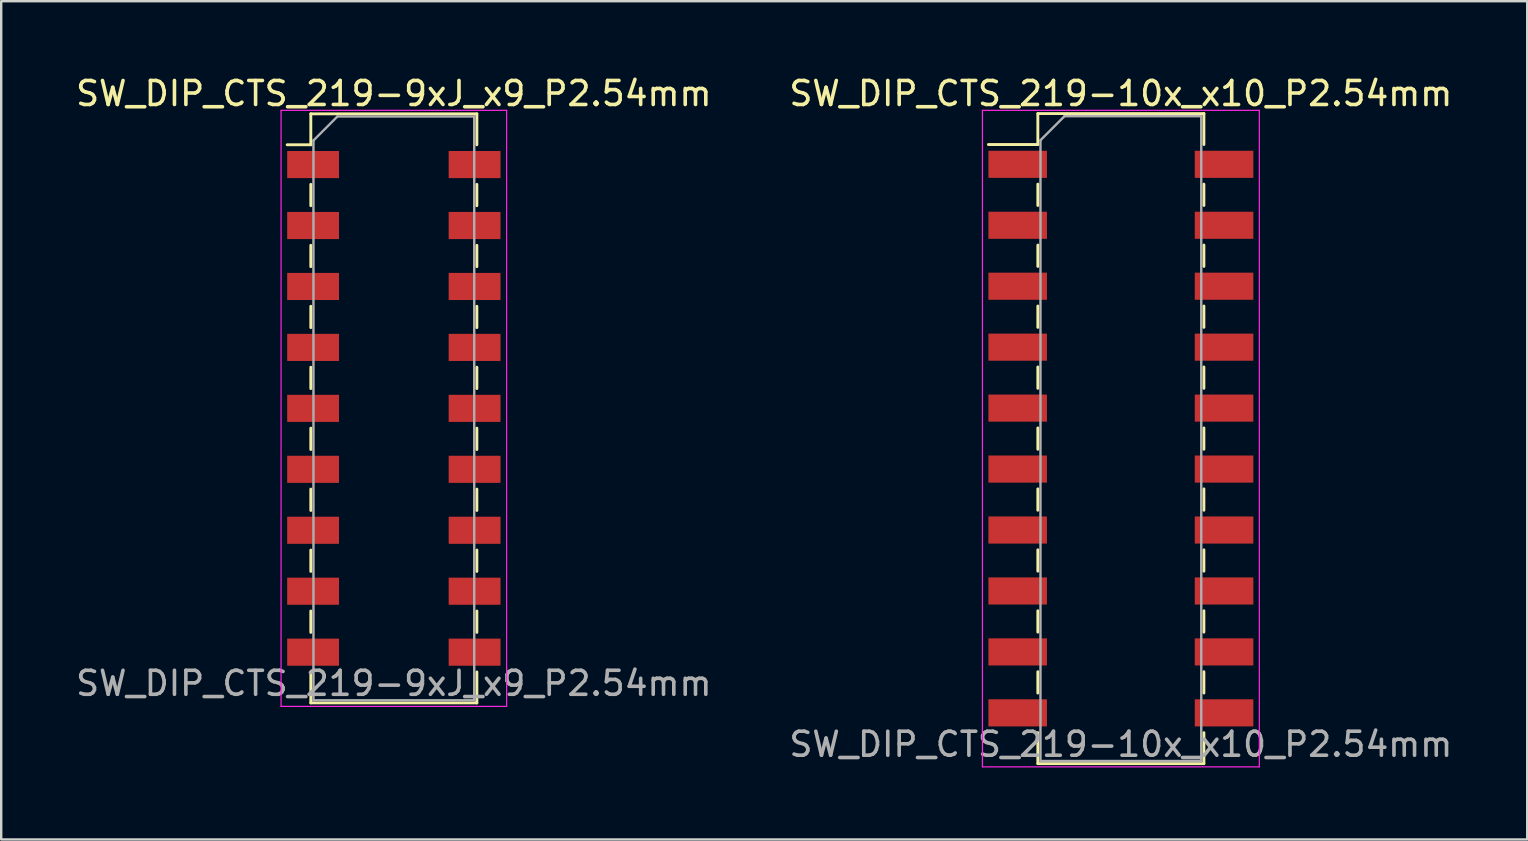
<source format=kicad_pcb>
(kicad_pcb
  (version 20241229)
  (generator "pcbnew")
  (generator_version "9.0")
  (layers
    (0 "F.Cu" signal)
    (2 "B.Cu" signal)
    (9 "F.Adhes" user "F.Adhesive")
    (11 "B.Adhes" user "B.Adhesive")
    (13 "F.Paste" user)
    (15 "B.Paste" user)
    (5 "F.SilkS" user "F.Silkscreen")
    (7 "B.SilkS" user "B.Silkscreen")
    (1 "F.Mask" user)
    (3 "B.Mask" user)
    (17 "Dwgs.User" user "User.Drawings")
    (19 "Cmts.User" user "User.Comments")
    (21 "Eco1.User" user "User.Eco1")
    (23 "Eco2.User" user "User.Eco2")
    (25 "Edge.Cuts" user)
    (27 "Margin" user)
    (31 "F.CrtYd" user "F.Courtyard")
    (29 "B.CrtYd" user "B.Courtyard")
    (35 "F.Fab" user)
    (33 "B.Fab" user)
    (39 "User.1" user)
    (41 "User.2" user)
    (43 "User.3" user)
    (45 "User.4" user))
  (footprint "SW_DIP_CTS_219-10x_x10_P2.54mm"
    (layer "F.Cu")
    (at 43.661 15.228)
    (property "Reference" "SW_DIP_CTS_219-10x_x10_P2.54mm" (at 0 -14.38 0) (layer "F.SilkS") (effects (font (size 1 1) (thickness 0.15))))
    (attr smd)
    (fp_line (start -5.52 -12.255) (end -3.46 -12.255) (stroke (width 0.12) (type solid)) (layer "F.SilkS"))
    (fp_line (start -3.46 -13.545) (end 3.46 -13.545) (stroke (width 0.12) (type solid)) (layer "F.SilkS"))
    (fp_line (start -3.46 -12.255) (end -3.46 -13.545) (stroke (width 0.12) (type solid)) (layer "F.SilkS"))
    (fp_line (start -3.46 -10.605) (end -3.46 -9.715) (stroke (width 0.12) (type solid)) (layer "F.SilkS"))
    (fp_line (start -3.46 -8.065) (end -3.46 -7.175) (stroke (width 0.12) (type solid)) (layer "F.SilkS"))
    (fp_line (start -3.46 -5.525) (end -3.46 -4.635) (stroke (width 0.12) (type solid)) (layer "F.SilkS"))
    (fp_line (start -3.46 -2.985) (end -3.46 -2.095) (stroke (width 0.12) (type solid)) (layer "F.SilkS"))
    (fp_line (start -3.46 -0.445) (end -3.46 0.445) (stroke (width 0.12) (type solid)) (layer "F.SilkS"))
    (fp_line (start -3.46 2.095) (end -3.46 2.985) (stroke (width 0.12) (type solid)) (layer "F.SilkS"))
    (fp_line (start -3.46 4.635) (end -3.46 5.525) (stroke (width 0.12) (type solid)) (layer "F.SilkS"))
    (fp_line (start -3.46 7.175) (end -3.46 8.065) (stroke (width 0.12) (type solid)) (layer "F.SilkS"))
    (fp_line (start -3.46 9.715) (end -3.46 10.605) (stroke (width 0.12) (type solid)) (layer "F.SilkS"))
    (fp_line (start -3.46 12.255) (end -3.46 13.545) (stroke (width 0.12) (type solid)) (layer "F.SilkS"))
    (fp_line (start -3.46 13.545) (end 3.46 13.545) (stroke (width 0.12) (type solid)) (layer "F.SilkS"))
    (fp_line (start 3.46 -13.545) (end 3.46 -12.255) (stroke (width 0.12) (type solid)) (layer "F.SilkS"))
    (fp_line (start 3.46 -10.605) (end 3.46 -9.715) (stroke (width 0.12) (type solid)) (layer "F.SilkS"))
    (fp_line (start 3.46 -8.065) (end 3.46 -7.175) (stroke (width 0.12) (type solid)) (layer "F.SilkS"))
    (fp_line (start 3.46 -5.525) (end 3.46 -4.635) (stroke (width 0.12) (type solid)) (layer "F.SilkS"))
    (fp_line (start 3.46 -2.985) (end 3.46 -2.095) (stroke (width 0.12) (type solid)) (layer "F.SilkS"))
    (fp_line (start 3.46 -0.445) (end 3.46 0.445) (stroke (width 0.12) (type solid)) (layer "F.SilkS"))
    (fp_line (start 3.46 2.095) (end 3.46 2.985) (stroke (width 0.12) (type solid)) (layer "F.SilkS"))
    (fp_line (start 3.46 4.635) (end 3.46 5.525) (stroke (width 0.12) (type solid)) (layer "F.SilkS"))
    (fp_line (start 3.46 7.175) (end 3.46 8.065) (stroke (width 0.12) (type solid)) (layer "F.SilkS"))
    (fp_line (start 3.46 9.715) (end 3.46 10.605) (stroke (width 0.12) (type solid)) (layer "F.SilkS"))
    (fp_line (start 3.46 13.545) (end 3.46 12.255) (stroke (width 0.12) (type solid)) (layer "F.SilkS"))
    (fp_line (start -5.77 -13.68) (end 5.77 -13.68) (stroke (width 0.05) (type solid)) (layer "F.CrtYd"))
    (fp_line (start -5.77 13.68) (end -5.77 -13.68) (stroke (width 0.05) (type solid)) (layer "F.CrtYd"))
    (fp_line (start 5.77 -13.68) (end 5.77 13.68) (stroke (width 0.05) (type solid)) (layer "F.CrtYd"))
    (fp_line (start 5.77 13.68) (end -5.77 13.68) (stroke (width 0.05) (type solid)) (layer "F.CrtYd"))
    (fp_line (start -3.35 -12.435) (end -2.35 -13.435) (stroke (width 0.1) (type solid)) (layer "F.Fab"))
    (fp_line (start -3.35 13.435) (end -3.35 -12.435) (stroke (width 0.1) (type solid)) (layer "F.Fab"))
    (fp_line (start -2.35 -13.435) (end 3.35 -13.435) (stroke (width 0.1) (type solid)) (layer "F.Fab"))
    (fp_line (start 3.35 -13.435) (end 3.35 13.435) (stroke (width 0.1) (type solid)) (layer "F.Fab"))
    (fp_line (start 3.35 13.435) (end -3.35 13.435) (stroke (width 0.1) (type solid)) (layer "F.Fab"))
    (fp_text user "${REFERENCE}" (at 0 12.74 0) (layer "F.Fab") (effects (font (size 1 1) (thickness 0.15))))
    (pad "1" smd rect (at -4.3 -11.43) (size 2.44 1.13) (layers "F.Cu" "F.Mask" "F.Paste"))
    (pad "2" smd rect (at -4.3 -8.89) (size 2.44 1.13) (layers "F.Cu" "F.Mask" "F.Paste"))
    (pad "3" smd rect (at -4.3 -6.35) (size 2.44 1.13) (layers "F.Cu" "F.Mask" "F.Paste"))
    (pad "4" smd rect (at -4.3 -3.81) (size 2.44 1.13) (layers "F.Cu" "F.Mask" "F.Paste"))
    (pad "5" smd rect (at -4.3 -1.27) (size 2.44 1.13) (layers "F.Cu" "F.Mask" "F.Paste"))
    (pad "6" smd rect (at -4.3 1.27) (size 2.44 1.13) (layers "F.Cu" "F.Mask" "F.Paste"))
    (pad "7" smd rect (at -4.3 3.81) (size 2.44 1.13) (layers "F.Cu" "F.Mask" "F.Paste"))
    (pad "8" smd rect (at -4.3 6.35) (size 2.44 1.13) (layers "F.Cu" "F.Mask" "F.Paste"))
    (pad "9" smd rect (at -4.3 8.89) (size 2.44 1.13) (layers "F.Cu" "F.Mask" "F.Paste"))
    (pad "10" smd rect (at -4.3 11.43) (size 2.44 1.13) (layers "F.Cu" "F.Mask" "F.Paste"))
    (pad "11" smd rect (at 4.3 11.43) (size 2.44 1.13) (layers "F.Cu" "F.Mask" "F.Paste"))
    (pad "12" smd rect (at 4.3 8.89) (size 2.44 1.13) (layers "F.Cu" "F.Mask" "F.Paste"))
    (pad "13" smd rect (at 4.3 6.35) (size 2.44 1.13) (layers "F.Cu" "F.Mask" "F.Paste"))
    (pad "14" smd rect (at 4.3 3.81) (size 2.44 1.13) (layers "F.Cu" "F.Mask" "F.Paste"))
    (pad "15" smd rect (at 4.3 1.27) (size 2.44 1.13) (layers "F.Cu" "F.Mask" "F.Paste"))
    (pad "16" smd rect (at 4.3 -1.27) (size 2.44 1.13) (layers "F.Cu" "F.Mask" "F.Paste"))
    (pad "17" smd rect (at 4.3 -3.81) (size 2.44 1.13) (layers "F.Cu" "F.Mask" "F.Paste"))
    (pad "18" smd rect (at 4.3 -6.35) (size 2.44 1.13) (layers "F.Cu" "F.Mask" "F.Paste"))
    (pad "19" smd rect (at 4.3 -8.89) (size 2.44 1.13) (layers "F.Cu" "F.Mask" "F.Paste"))
    (pad "20" smd rect (at 4.3 -11.43) (size 2.44 1.13) (layers "F.Cu" "F.Mask" "F.Paste")))
  (footprint "SW_DIP_CTS_219-9xJ_x9_P2.54mm"
    (layer "F.Cu")
    (at 13.363 13.968)
    (property "Reference" "SW_DIP_CTS_219-9xJ_x9_P2.54mm" (at 0 -13.12 0) (layer "F.SilkS") (effects (font (size 1 1) (thickness 0.15))))
    (attr smd)
    (fp_line (start -4.445 -10.985) (end -3.46 -10.985) (stroke (width 0.12) (type solid)) (layer "F.SilkS"))
    (fp_line (start -3.46 -12.275) (end 3.46 -12.275) (stroke (width 0.12) (type solid)) (layer "F.SilkS"))
    (fp_line (start -3.46 -10.985) (end -3.46 -12.275) (stroke (width 0.12) (type solid)) (layer "F.SilkS"))
    (fp_line (start -3.46 -9.335) (end -3.46 -8.445) (stroke (width 0.12) (type solid)) (layer "F.SilkS"))
    (fp_line (start -3.46 -6.795) (end -3.46 -5.905) (stroke (width 0.12) (type solid)) (layer "F.SilkS"))
    (fp_line (start -3.46 -4.255) (end -3.46 -3.365) (stroke (width 0.12) (type solid)) (layer "F.SilkS"))
    (fp_line (start -3.46 -1.715) (end -3.46 -0.825) (stroke (width 0.12) (type solid)) (layer "F.SilkS"))
    (fp_line (start -3.46 0.825) (end -3.46 1.715) (stroke (width 0.12) (type solid)) (layer "F.SilkS"))
    (fp_line (start -3.46 3.365) (end -3.46 4.255) (stroke (width 0.12) (type solid)) (layer "F.SilkS"))
    (fp_line (start -3.46 5.905) (end -3.46 6.795) (stroke (width 0.12) (type solid)) (layer "F.SilkS"))
    (fp_line (start -3.46 8.445) (end -3.46 9.335) (stroke (width 0.12) (type solid)) (layer "F.SilkS"))
    (fp_line (start -3.46 10.985) (end -3.46 12.275) (stroke (width 0.12) (type solid)) (layer "F.SilkS"))
    (fp_line (start -3.46 12.275) (end 3.46 12.275) (stroke (width 0.12) (type solid)) (layer "F.SilkS"))
    (fp_line (start 3.46 -12.275) (end 3.46 -10.985) (stroke (width 0.12) (type solid)) (layer "F.SilkS"))
    (fp_line (start 3.46 -9.335) (end 3.46 -8.445) (stroke (width 0.12) (type solid)) (layer "F.SilkS"))
    (fp_line (start 3.46 -6.795) (end 3.46 -5.905) (stroke (width 0.12) (type solid)) (layer "F.SilkS"))
    (fp_line (start 3.46 -4.255) (end 3.46 -3.365) (stroke (width 0.12) (type solid)) (layer "F.SilkS"))
    (fp_line (start 3.46 -1.715) (end 3.46 -0.825) (stroke (width 0.12) (type solid)) (layer "F.SilkS"))
    (fp_line (start 3.46 0.825) (end 3.46 1.715) (stroke (width 0.12) (type solid)) (layer "F.SilkS"))
    (fp_line (start 3.46 3.365) (end 3.46 4.255) (stroke (width 0.12) (type solid)) (layer "F.SilkS"))
    (fp_line (start 3.46 5.905) (end 3.46 6.795) (stroke (width 0.12) (type solid)) (layer "F.SilkS"))
    (fp_line (start 3.46 8.445) (end 3.46 9.335) (stroke (width 0.12) (type solid)) (layer "F.SilkS"))
    (fp_line (start 3.46 12.275) (end 3.46 10.985) (stroke (width 0.12) (type solid)) (layer "F.SilkS"))
    (fp_line (start -4.7 -12.42) (end 4.7 -12.42) (stroke (width 0.05) (type solid)) (layer "F.CrtYd"))
    (fp_line (start -4.7 12.42) (end -4.7 -12.42) (stroke (width 0.05) (type solid)) (layer "F.CrtYd"))
    (fp_line (start 4.7 -12.42) (end 4.7 12.42) (stroke (width 0.05) (type solid)) (layer "F.CrtYd"))
    (fp_line (start 4.7 12.42) (end -4.7 12.42) (stroke (width 0.05) (type solid)) (layer "F.CrtYd"))
    (fp_line (start -3.35 -11.165) (end -2.35 -12.165) (stroke (width 0.1) (type solid)) (layer "F.Fab"))
    (fp_line (start -3.35 12.165) (end -3.35 -11.165) (stroke (width 0.1) (type solid)) (layer "F.Fab"))
    (fp_line (start -2.35 -12.165) (end 3.35 -12.165) (stroke (width 0.1) (type solid)) (layer "F.Fab"))
    (fp_line (start 3.35 -12.165) (end 3.35 12.165) (stroke (width 0.1) (type solid)) (layer "F.Fab"))
    (fp_line (start 3.35 12.165) (end -3.35 12.165) (stroke (width 0.1) (type solid)) (layer "F.Fab"))
    (fp_text user "${REFERENCE}" (at 0 11.46 0) (layer "F.Fab") (effects (font (size 1 1) (thickness 0.15))))
    (pad "1" smd rect (at -3.365 -10.16) (size 2.16 1.13) (layers "F.Cu" "F.Mask" "F.Paste"))
    (pad "2" smd rect (at -3.365 -7.62) (size 2.16 1.13) (layers "F.Cu" "F.Mask" "F.Paste"))
    (pad "3" smd rect (at -3.365 -5.08) (size 2.16 1.13) (layers "F.Cu" "F.Mask" "F.Paste"))
    (pad "4" smd rect (at -3.365 -2.54) (size 2.16 1.13) (layers "F.Cu" "F.Mask" "F.Paste"))
    (pad "5" smd rect (at -3.365 0) (size 2.16 1.13) (layers "F.Cu" "F.Mask" "F.Paste"))
    (pad "6" smd rect (at -3.365 2.54) (size 2.16 1.13) (layers "F.Cu" "F.Mask" "F.Paste"))
    (pad "7" smd rect (at -3.365 5.08) (size 2.16 1.13) (layers "F.Cu" "F.Mask" "F.Paste"))
    (pad "8" smd rect (at -3.365 7.62) (size 2.16 1.13) (layers "F.Cu" "F.Mask" "F.Paste"))
    (pad "9" smd rect (at -3.365 10.16) (size 2.16 1.13) (layers "F.Cu" "F.Mask" "F.Paste"))
    (pad "10" smd rect (at 3.365 10.16) (size 2.16 1.13) (layers "F.Cu" "F.Mask" "F.Paste"))
    (pad "11" smd rect (at 3.365 7.62) (size 2.16 1.13) (layers "F.Cu" "F.Mask" "F.Paste"))
    (pad "12" smd rect (at 3.365 5.08) (size 2.16 1.13) (layers "F.Cu" "F.Mask" "F.Paste"))
    (pad "13" smd rect (at 3.365 2.54) (size 2.16 1.13) (layers "F.Cu" "F.Mask" "F.Paste"))
    (pad "14" smd rect (at 3.365 0) (size 2.16 1.13) (layers "F.Cu" "F.Mask" "F.Paste"))
    (pad "15" smd rect (at 3.365 -2.54) (size 2.16 1.13) (layers "F.Cu" "F.Mask" "F.Paste"))
    (pad "16" smd rect (at 3.365 -5.08) (size 2.16 1.13) (layers "F.Cu" "F.Mask" "F.Paste"))
    (pad "17" smd rect (at 3.365 -7.62) (size 2.16 1.13) (layers "F.Cu" "F.Mask" "F.Paste"))
    (pad "18" smd rect (at 3.365 -10.16) (size 2.16 1.13) (layers "F.Cu" "F.Mask" "F.Paste")))
  (gr_rect
    (start -3 -3)
    (end 60.595 31.933)
    (stroke (width 0.1) (type default))
    (fill no)
    (layer "Edge.Cuts")))
</source>
